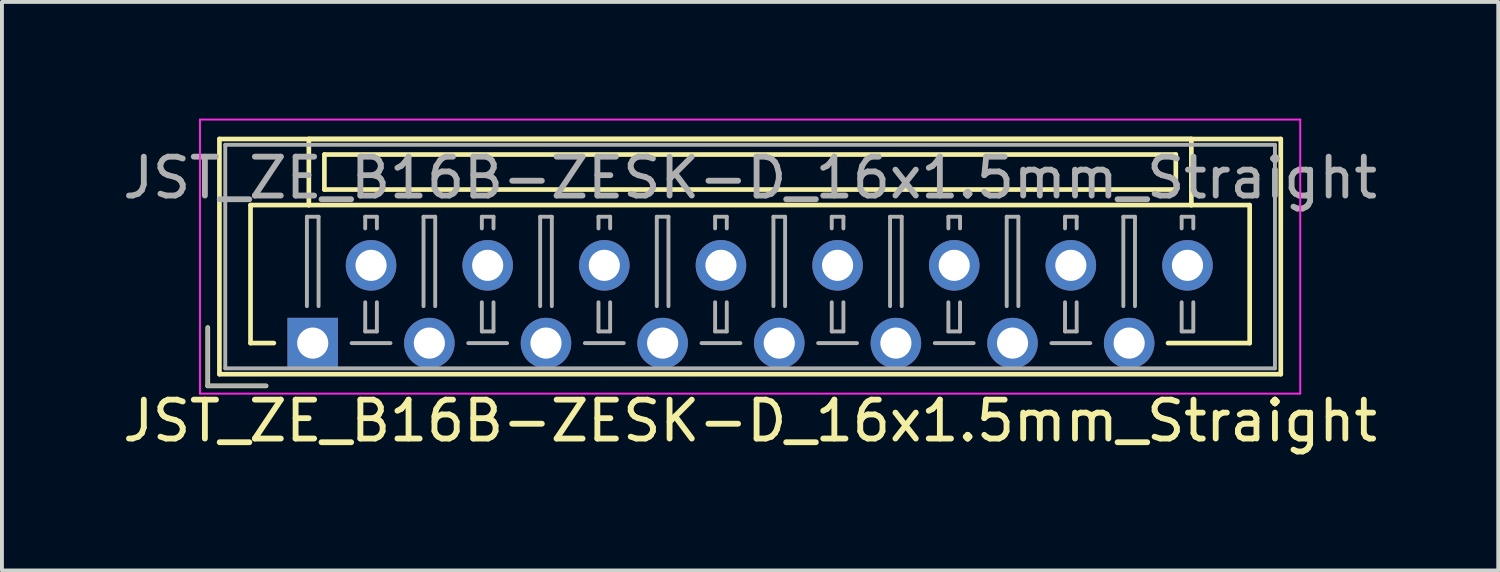
<source format=kicad_pcb>
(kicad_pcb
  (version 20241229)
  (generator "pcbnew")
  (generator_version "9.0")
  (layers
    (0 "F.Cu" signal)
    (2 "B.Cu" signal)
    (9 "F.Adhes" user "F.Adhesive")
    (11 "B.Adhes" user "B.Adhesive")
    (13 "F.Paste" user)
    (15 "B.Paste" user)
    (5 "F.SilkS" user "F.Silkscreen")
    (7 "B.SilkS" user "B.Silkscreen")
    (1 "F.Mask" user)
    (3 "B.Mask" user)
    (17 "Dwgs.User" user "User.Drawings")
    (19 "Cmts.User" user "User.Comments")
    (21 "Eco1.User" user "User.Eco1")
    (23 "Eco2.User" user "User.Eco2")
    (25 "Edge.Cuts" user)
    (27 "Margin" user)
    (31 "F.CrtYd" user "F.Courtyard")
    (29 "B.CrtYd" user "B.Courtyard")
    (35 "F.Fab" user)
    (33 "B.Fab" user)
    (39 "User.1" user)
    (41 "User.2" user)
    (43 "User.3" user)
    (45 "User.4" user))
  (footprint "JST_ZE_B16B-ZESK-D_16x1.5mm_Straight"
    (layer "F.Cu")
    (at 4.994 5.775)
    (property "Reference" "JST_ZE_B16B-ZESK-D_16x1.5mm_Straight" (at 11.25 2 0) (layer "F.SilkS") (effects (font (size 1 1) (thickness 0.15))))
    (attr through_hole)
    (fp_line (start -2.7 -0.4) (end -2.7 1.1) (stroke (width 0.12) (type solid)) (layer "F.SilkS"))
    (fp_line (start -2.7 1.1) (end -1.2 1.1) (stroke (width 0.12) (type solid)) (layer "F.SilkS"))
    (fp_line (start -2.4 -5.25) (end -2.4 0.8) (stroke (width 0.12) (type solid)) (layer "F.SilkS"))
    (fp_line (start -2.4 0.8) (end 24.9 0.8) (stroke (width 0.12) (type solid)) (layer "F.SilkS"))
    (fp_line (start -1.6 -3.55) (end -1.6 0) (stroke (width 0.12) (type solid)) (layer "F.SilkS"))
    (fp_line (start -1.6 0) (end -1 0) (stroke (width 0.12) (type solid)) (layer "F.SilkS"))
    (fp_line (start -0.1 -5.25) (end -0.1 -3.55) (stroke (width 0.12) (type solid)) (layer "F.SilkS"))
    (fp_line (start -0.1 -3.55) (end -1.6 -3.55) (stroke (width 0.12) (type solid)) (layer "F.SilkS"))
    (fp_line (start -0.1 -3.55) (end 22.6 -3.55) (stroke (width 0.12) (type solid)) (layer "F.SilkS"))
    (fp_line (start 0.3 -4.85) (end 0.3 -3.95) (stroke (width 0.12) (type solid)) (layer "F.SilkS"))
    (fp_line (start 0.3 -3.95) (end 22.2 -3.95) (stroke (width 0.12) (type solid)) (layer "F.SilkS"))
    (fp_line (start 22.2 -4.85) (end 0.3 -4.85) (stroke (width 0.12) (type solid)) (layer "F.SilkS"))
    (fp_line (start 22.2 -3.95) (end 22.2 -4.85) (stroke (width 0.12) (type solid)) (layer "F.SilkS"))
    (fp_line (start 22.6 -5.25) (end -0.1 -5.25) (stroke (width 0.12) (type solid)) (layer "F.SilkS"))
    (fp_line (start 22.6 -3.55) (end 22.6 -5.25) (stroke (width 0.12) (type solid)) (layer "F.SilkS"))
    (fp_line (start 22.6 -3.55) (end 24.1 -3.55) (stroke (width 0.12) (type solid)) (layer "F.SilkS"))
    (fp_line (start 24.1 -3.55) (end 24.1 0) (stroke (width 0.12) (type solid)) (layer "F.SilkS"))
    (fp_line (start 24.1 0) (end 22 0) (stroke (width 0.12) (type solid)) (layer "F.SilkS"))
    (fp_line (start 24.9 -5.25) (end -2.4 -5.25) (stroke (width 0.12) (type solid)) (layer "F.SilkS"))
    (fp_line (start 24.9 0.8) (end 24.9 -5.25) (stroke (width 0.12) (type solid)) (layer "F.SilkS"))
    (fp_line (start -2.9 -5.75) (end -2.9 1.3) (stroke (width 0.05) (type solid)) (layer "F.CrtYd"))
    (fp_line (start -2.9 1.3) (end 25.4 1.3) (stroke (width 0.05) (type solid)) (layer "F.CrtYd"))
    (fp_line (start 25.4 -5.75) (end -2.9 -5.75) (stroke (width 0.05) (type solid)) (layer "F.CrtYd"))
    (fp_line (start 25.4 1.3) (end 25.4 -5.75) (stroke (width 0.05) (type solid)) (layer "F.CrtYd"))
    (fp_line (start -2.7 -0.4) (end -2.7 1.1) (stroke (width 0.1) (type solid)) (layer "F.Fab"))
    (fp_line (start -2.7 1.1) (end -1.2 1.1) (stroke (width 0.1) (type solid)) (layer "F.Fab"))
    (fp_line (start -2.25 -5.1) (end -2.25 0.65) (stroke (width 0.1) (type solid)) (layer "F.Fab"))
    (fp_line (start -2.25 0.65) (end 24.75 0.65) (stroke (width 0.1) (type solid)) (layer "F.Fab"))
    (fp_line (start -0.15 -3.25) (end 0.15 -3.25) (stroke (width 0.1) (type solid)) (layer "F.Fab"))
    (fp_line (start -0.15 -0.95) (end -0.15 -3.25) (stroke (width 0.1) (type solid)) (layer "F.Fab"))
    (fp_line (start 0.15 -3.25) (end 0.15 -0.95) (stroke (width 0.1) (type solid)) (layer "F.Fab"))
    (fp_line (start 1 0) (end 2 0) (stroke (width 0.1) (type solid)) (layer "F.Fab"))
    (fp_line (start 1.35 -3.25) (end 1.65 -3.25) (stroke (width 0.1) (type solid)) (layer "F.Fab"))
    (fp_line (start 1.35 -2.95) (end 1.35 -3.25) (stroke (width 0.1) (type solid)) (layer "F.Fab"))
    (fp_line (start 1.35 -1.05) (end 1.35 -0.3) (stroke (width 0.1) (type solid)) (layer "F.Fab"))
    (fp_line (start 1.35 -0.3) (end 1.65 -0.3) (stroke (width 0.1) (type solid)) (layer "F.Fab"))
    (fp_line (start 1.65 -3.25) (end 1.65 -2.95) (stroke (width 0.1) (type solid)) (layer "F.Fab"))
    (fp_line (start 1.65 -0.3) (end 1.65 -1.05) (stroke (width 0.1) (type solid)) (layer "F.Fab"))
    (fp_line (start 2.85 -3.25) (end 3.15 -3.25) (stroke (width 0.1) (type solid)) (layer "F.Fab"))
    (fp_line (start 2.85 -0.95) (end 2.85 -3.25) (stroke (width 0.1) (type solid)) (layer "F.Fab"))
    (fp_line (start 3.15 -3.25) (end 3.15 -0.95) (stroke (width 0.1) (type solid)) (layer "F.Fab"))
    (fp_line (start 4 0) (end 5 0) (stroke (width 0.1) (type solid)) (layer "F.Fab"))
    (fp_line (start 4.35 -3.25) (end 4.65 -3.25) (stroke (width 0.1) (type solid)) (layer "F.Fab"))
    (fp_line (start 4.35 -2.95) (end 4.35 -3.25) (stroke (width 0.1) (type solid)) (layer "F.Fab"))
    (fp_line (start 4.35 -1.05) (end 4.35 -0.3) (stroke (width 0.1) (type solid)) (layer "F.Fab"))
    (fp_line (start 4.35 -0.3) (end 4.65 -0.3) (stroke (width 0.1) (type solid)) (layer "F.Fab"))
    (fp_line (start 4.65 -3.25) (end 4.65 -2.95) (stroke (width 0.1) (type solid)) (layer "F.Fab"))
    (fp_line (start 4.65 -0.3) (end 4.65 -1.05) (stroke (width 0.1) (type solid)) (layer "F.Fab"))
    (fp_line (start 5.85 -3.25) (end 6.15 -3.25) (stroke (width 0.1) (type solid)) (layer "F.Fab"))
    (fp_line (start 5.85 -0.95) (end 5.85 -3.25) (stroke (width 0.1) (type solid)) (layer "F.Fab"))
    (fp_line (start 6.15 -3.25) (end 6.15 -0.95) (stroke (width 0.1) (type solid)) (layer "F.Fab"))
    (fp_line (start 7 0) (end 8 0) (stroke (width 0.1) (type solid)) (layer "F.Fab"))
    (fp_line (start 7.35 -3.25) (end 7.65 -3.25) (stroke (width 0.1) (type solid)) (layer "F.Fab"))
    (fp_line (start 7.35 -2.95) (end 7.35 -3.25) (stroke (width 0.1) (type solid)) (layer "F.Fab"))
    (fp_line (start 7.35 -1.05) (end 7.35 -0.3) (stroke (width 0.1) (type solid)) (layer "F.Fab"))
    (fp_line (start 7.35 -0.3) (end 7.65 -0.3) (stroke (width 0.1) (type solid)) (layer "F.Fab"))
    (fp_line (start 7.65 -3.25) (end 7.65 -2.95) (stroke (width 0.1) (type solid)) (layer "F.Fab"))
    (fp_line (start 7.65 -0.3) (end 7.65 -1.05) (stroke (width 0.1) (type solid)) (layer "F.Fab"))
    (fp_line (start 8.85 -3.25) (end 9.15 -3.25) (stroke (width 0.1) (type solid)) (layer "F.Fab"))
    (fp_line (start 8.85 -0.95) (end 8.85 -3.25) (stroke (width 0.1) (type solid)) (layer "F.Fab"))
    (fp_line (start 9.15 -3.25) (end 9.15 -0.95) (stroke (width 0.1) (type solid)) (layer "F.Fab"))
    (fp_line (start 10 0) (end 11 0) (stroke (width 0.1) (type solid)) (layer "F.Fab"))
    (fp_line (start 10.35 -3.25) (end 10.65 -3.25) (stroke (width 0.1) (type solid)) (layer "F.Fab"))
    (fp_line (start 10.35 -2.95) (end 10.35 -3.25) (stroke (width 0.1) (type solid)) (layer "F.Fab"))
    (fp_line (start 10.35 -1.05) (end 10.35 -0.3) (stroke (width 0.1) (type solid)) (layer "F.Fab"))
    (fp_line (start 10.35 -0.3) (end 10.65 -0.3) (stroke (width 0.1) (type solid)) (layer "F.Fab"))
    (fp_line (start 10.65 -3.25) (end 10.65 -2.95) (stroke (width 0.1) (type solid)) (layer "F.Fab"))
    (fp_line (start 10.65 -0.3) (end 10.65 -1.05) (stroke (width 0.1) (type solid)) (layer "F.Fab"))
    (fp_line (start 11.85 -3.25) (end 12.15 -3.25) (stroke (width 0.1) (type solid)) (layer "F.Fab"))
    (fp_line (start 11.85 -0.95) (end 11.85 -3.25) (stroke (width 0.1) (type solid)) (layer "F.Fab"))
    (fp_line (start 12.15 -3.25) (end 12.15 -0.95) (stroke (width 0.1) (type solid)) (layer "F.Fab"))
    (fp_line (start 13 0) (end 14 0) (stroke (width 0.1) (type solid)) (layer "F.Fab"))
    (fp_line (start 13.35 -3.25) (end 13.65 -3.25) (stroke (width 0.1) (type solid)) (layer "F.Fab"))
    (fp_line (start 13.35 -2.95) (end 13.35 -3.25) (stroke (width 0.1) (type solid)) (layer "F.Fab"))
    (fp_line (start 13.35 -1.05) (end 13.35 -0.3) (stroke (width 0.1) (type solid)) (layer "F.Fab"))
    (fp_line (start 13.35 -0.3) (end 13.65 -0.3) (stroke (width 0.1) (type solid)) (layer "F.Fab"))
    (fp_line (start 13.65 -3.25) (end 13.65 -2.95) (stroke (width 0.1) (type solid)) (layer "F.Fab"))
    (fp_line (start 13.65 -0.3) (end 13.65 -1.05) (stroke (width 0.1) (type solid)) (layer "F.Fab"))
    (fp_line (start 14.85 -3.25) (end 15.15 -3.25) (stroke (width 0.1) (type solid)) (layer "F.Fab"))
    (fp_line (start 14.85 -0.95) (end 14.85 -3.25) (stroke (width 0.1) (type solid)) (layer "F.Fab"))
    (fp_line (start 15.15 -3.25) (end 15.15 -0.95) (stroke (width 0.1) (type solid)) (layer "F.Fab"))
    (fp_line (start 16 0) (end 17 0) (stroke (width 0.1) (type solid)) (layer "F.Fab"))
    (fp_line (start 16.35 -3.25) (end 16.65 -3.25) (stroke (width 0.1) (type solid)) (layer "F.Fab"))
    (fp_line (start 16.35 -2.95) (end 16.35 -3.25) (stroke (width 0.1) (type solid)) (layer "F.Fab"))
    (fp_line (start 16.35 -1.05) (end 16.35 -0.3) (stroke (width 0.1) (type solid)) (layer "F.Fab"))
    (fp_line (start 16.35 -0.3) (end 16.65 -0.3) (stroke (width 0.1) (type solid)) (layer "F.Fab"))
    (fp_line (start 16.65 -3.25) (end 16.65 -2.95) (stroke (width 0.1) (type solid)) (layer "F.Fab"))
    (fp_line (start 16.65 -0.3) (end 16.65 -1.05) (stroke (width 0.1) (type solid)) (layer "F.Fab"))
    (fp_line (start 17.85 -3.25) (end 18.15 -3.25) (stroke (width 0.1) (type solid)) (layer "F.Fab"))
    (fp_line (start 17.85 -0.95) (end 17.85 -3.25) (stroke (width 0.1) (type solid)) (layer "F.Fab"))
    (fp_line (start 18.15 -3.25) (end 18.15 -0.95) (stroke (width 0.1) (type solid)) (layer "F.Fab"))
    (fp_line (start 19 0) (end 20 0) (stroke (width 0.1) (type solid)) (layer "F.Fab"))
    (fp_line (start 19.35 -3.25) (end 19.65 -3.25) (stroke (width 0.1) (type solid)) (layer "F.Fab"))
    (fp_line (start 19.35 -2.95) (end 19.35 -3.25) (stroke (width 0.1) (type solid)) (layer "F.Fab"))
    (fp_line (start 19.35 -1.05) (end 19.35 -0.3) (stroke (width 0.1) (type solid)) (layer "F.Fab"))
    (fp_line (start 19.35 -0.3) (end 19.65 -0.3) (stroke (width 0.1) (type solid)) (layer "F.Fab"))
    (fp_line (start 19.65 -3.25) (end 19.65 -2.95) (stroke (width 0.1) (type solid)) (layer "F.Fab"))
    (fp_line (start 19.65 -0.3) (end 19.65 -1.05) (stroke (width 0.1) (type solid)) (layer "F.Fab"))
    (fp_line (start 20.85 -3.25) (end 21.15 -3.25) (stroke (width 0.1) (type solid)) (layer "F.Fab"))
    (fp_line (start 20.85 -0.95) (end 20.85 -3.25) (stroke (width 0.1) (type solid)) (layer "F.Fab"))
    (fp_line (start 21.15 -3.25) (end 21.15 -0.95) (stroke (width 0.1) (type solid)) (layer "F.Fab"))
    (fp_line (start 22.35 -3.25) (end 22.65 -3.25) (stroke (width 0.1) (type solid)) (layer "F.Fab"))
    (fp_line (start 22.35 -2.95) (end 22.35 -3.25) (stroke (width 0.1) (type solid)) (layer "F.Fab"))
    (fp_line (start 22.35 -1.05) (end 22.35 -0.3) (stroke (width 0.1) (type solid)) (layer "F.Fab"))
    (fp_line (start 22.35 -0.3) (end 22.65 -0.3) (stroke (width 0.1) (type solid)) (layer "F.Fab"))
    (fp_line (start 22.65 -3.25) (end 22.65 -2.95) (stroke (width 0.1) (type solid)) (layer "F.Fab"))
    (fp_line (start 22.65 -0.3) (end 22.65 -1.05) (stroke (width 0.1) (type solid)) (layer "F.Fab"))
    (fp_line (start 24.75 -5.1) (end -2.25 -5.1) (stroke (width 0.1) (type solid)) (layer "F.Fab"))
    (fp_line (start 24.75 0.65) (end 24.75 -5.1) (stroke (width 0.1) (type solid)) (layer "F.Fab"))
    (fp_text user "${REFERENCE}" (at 11.25 -4.25 0) (layer "F.Fab") (effects (font (size 1 1) (thickness 0.15))))
    (pad "1" thru_hole rect (at 0 0) (size 1.3 1.3) (drill 0.8) (layers "*.Cu" "*.Mask"))
    (pad "2" thru_hole circle (at 1.5 -2) (size 1.3 1.3) (drill 0.8) (layers "*.Cu" "*.Mask"))
    (pad "3" thru_hole circle (at 3 0) (size 1.3 1.3) (drill 0.8) (layers "*.Cu" "*.Mask"))
    (pad "4" thru_hole circle (at 4.5 -2) (size 1.3 1.3) (drill 0.8) (layers "*.Cu" "*.Mask"))
    (pad "5" thru_hole circle (at 6 0) (size 1.3 1.3) (drill 0.8) (layers "*.Cu" "*.Mask"))
    (pad "6" thru_hole circle (at 7.5 -2) (size 1.3 1.3) (drill 0.8) (layers "*.Cu" "*.Mask"))
    (pad "7" thru_hole circle (at 9 0) (size 1.3 1.3) (drill 0.8) (layers "*.Cu" "*.Mask"))
    (pad "8" thru_hole circle (at 10.5 -2) (size 1.3 1.3) (drill 0.8) (layers "*.Cu" "*.Mask"))
    (pad "9" thru_hole circle (at 12 0) (size 1.3 1.3) (drill 0.8) (layers "*.Cu" "*.Mask"))
    (pad "10" thru_hole circle (at 13.5 -2) (size 1.3 1.3) (drill 0.8) (layers "*.Cu" "*.Mask"))
    (pad "11" thru_hole circle (at 15 0) (size 1.3 1.3) (drill 0.8) (layers "*.Cu" "*.Mask"))
    (pad "12" thru_hole circle (at 16.5 -2) (size 1.3 1.3) (drill 0.8) (layers "*.Cu" "*.Mask"))
    (pad "13" thru_hole circle (at 18 0) (size 1.3 1.3) (drill 0.8) (layers "*.Cu" "*.Mask"))
    (pad "14" thru_hole circle (at 19.5 -2) (size 1.3 1.3) (drill 0.8) (layers "*.Cu" "*.Mask"))
    (pad "15" thru_hole circle (at 21 0) (size 1.3 1.3) (drill 0.8) (layers "*.Cu" "*.Mask"))
    (pad "16" thru_hole circle (at 22.5 -2) (size 1.3 1.3) (drill 0.8) (layers "*.Cu" "*.Mask")))
  (gr_rect
    (start -3 -3)
    (end 35.488 11.623)
    (stroke (width 0.1) (type default))
    (fill no)
    (layer "Edge.Cuts")))
</source>
